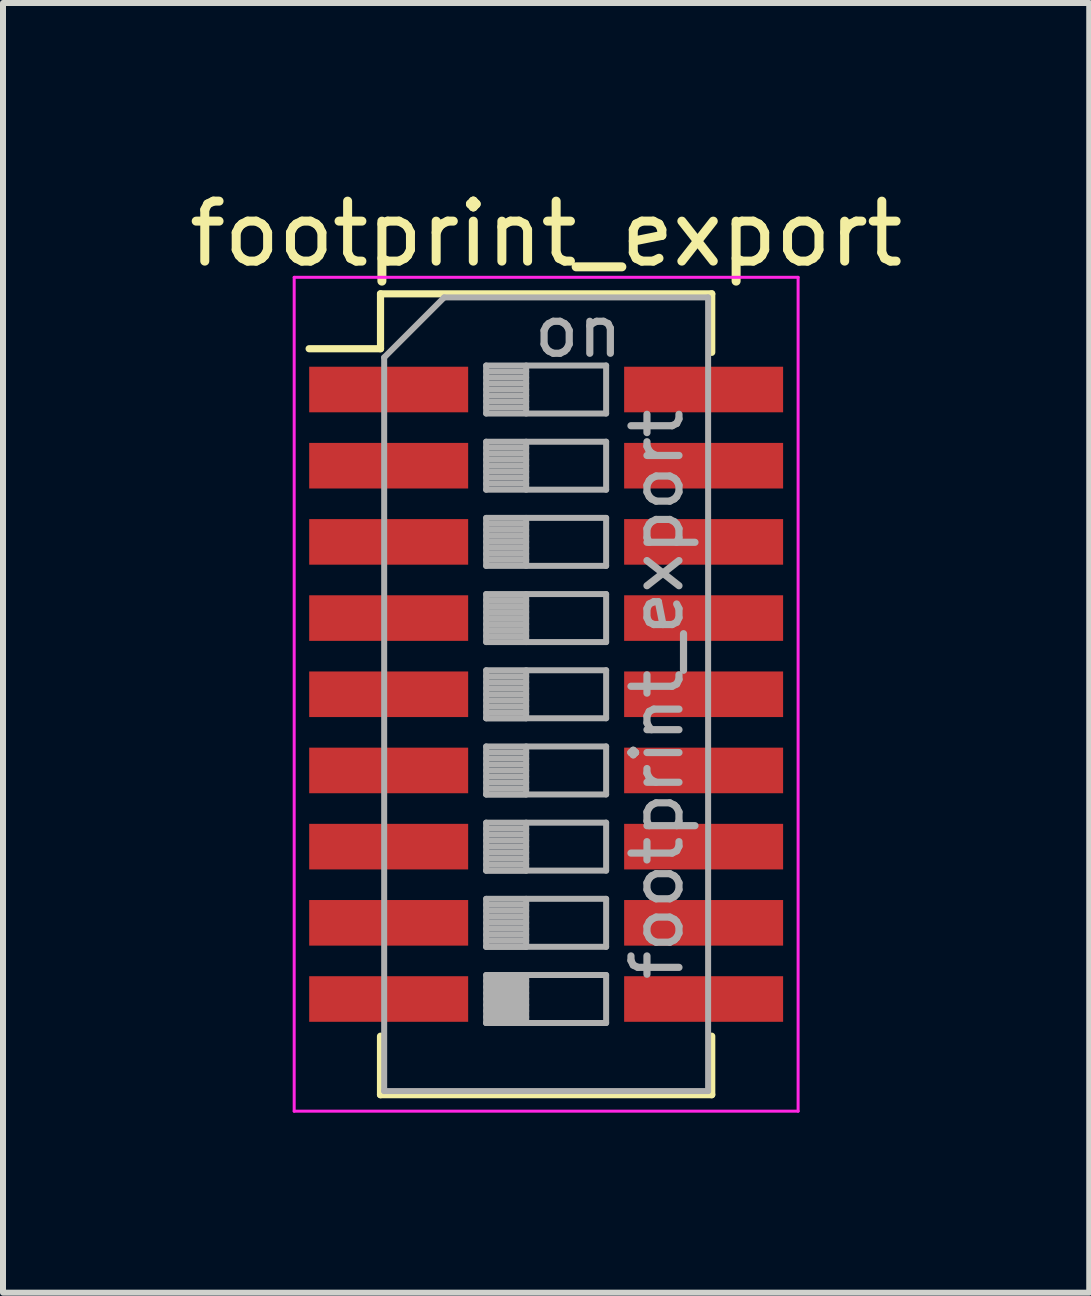
<source format=kicad_pcb>
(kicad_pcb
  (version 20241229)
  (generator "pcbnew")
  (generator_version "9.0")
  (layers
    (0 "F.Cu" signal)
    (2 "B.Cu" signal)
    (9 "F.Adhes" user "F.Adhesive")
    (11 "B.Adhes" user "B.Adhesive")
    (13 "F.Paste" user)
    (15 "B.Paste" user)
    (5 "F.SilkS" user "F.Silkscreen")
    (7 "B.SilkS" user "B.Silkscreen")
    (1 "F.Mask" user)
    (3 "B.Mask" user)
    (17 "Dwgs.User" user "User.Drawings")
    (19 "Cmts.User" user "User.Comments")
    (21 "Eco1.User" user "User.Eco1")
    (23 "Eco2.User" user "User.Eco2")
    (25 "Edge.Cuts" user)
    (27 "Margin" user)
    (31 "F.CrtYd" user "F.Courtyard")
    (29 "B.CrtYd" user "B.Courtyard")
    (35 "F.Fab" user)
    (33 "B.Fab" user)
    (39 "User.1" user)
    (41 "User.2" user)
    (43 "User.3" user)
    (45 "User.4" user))
  (footprint "footprint_export"
    (layer "F.Cu")
    (at 6.054 8.523)
    (property "Reference" "footprint_export" (at 0 -7.675 0) (layer "F.SilkS") (effects (font (size 1 1) (thickness 0.15))))
    (attr smd)
    (fp_line (start -3.951 -5.76) (end -2.761 -5.76) (stroke (width 0.12) (type solid)) (layer "F.SilkS"))
    (fp_line (start -2.761 -6.675) (end -2.761 -5.76) (stroke (width 0.12) (type solid)) (layer "F.SilkS"))
    (fp_line (start -2.761 -6.675) (end 2.76 -6.675) (stroke (width 0.12) (type solid)) (layer "F.SilkS"))
    (fp_line (start -2.761 5.7) (end -2.761 6.675) (stroke (width 0.12) (type solid)) (layer "F.SilkS"))
    (fp_line (start -2.761 6.675) (end 2.76 6.675) (stroke (width 0.12) (type solid)) (layer "F.SilkS"))
    (fp_line (start 2.76 -6.675) (end 2.76 -5.7) (stroke (width 0.12) (type solid)) (layer "F.SilkS"))
    (fp_line (start 2.76 5.7) (end 2.76 6.675) (stroke (width 0.12) (type solid)) (layer "F.SilkS"))
    (fp_line (start -4.2 -6.95) (end -4.2 6.95) (stroke (width 0.05) (type solid)) (layer "F.CrtYd"))
    (fp_line (start -4.2 6.95) (end 4.2 6.95) (stroke (width 0.05) (type solid)) (layer "F.CrtYd"))
    (fp_line (start 4.2 -6.95) (end -4.2 -6.95) (stroke (width 0.05) (type solid)) (layer "F.CrtYd"))
    (fp_line (start 4.2 6.95) (end 4.2 -6.95) (stroke (width 0.05) (type solid)) (layer "F.CrtYd"))
    (fp_line (start -2.7 -5.615) (end -1.7 -6.615) (stroke (width 0.1) (type solid)) (layer "F.Fab"))
    (fp_line (start -2.7 6.615) (end -2.7 -5.615) (stroke (width 0.1) (type solid)) (layer "F.Fab"))
    (fp_line (start -1.7 -6.615) (end 2.7 -6.615) (stroke (width 0.1) (type solid)) (layer "F.Fab"))
    (fp_line (start -1 -5.48) (end -1 -4.68) (stroke (width 0.1) (type solid)) (layer "F.Fab"))
    (fp_line (start -1 -5.38) (end -0.333 -5.38) (stroke (width 0.1) (type solid)) (layer "F.Fab"))
    (fp_line (start -1 -5.28) (end -0.333 -5.28) (stroke (width 0.1) (type solid)) (layer "F.Fab"))
    (fp_line (start -1 -5.18) (end -0.333 -5.18) (stroke (width 0.1) (type solid)) (layer "F.Fab"))
    (fp_line (start -1 -5.08) (end -0.333 -5.08) (stroke (width 0.1) (type solid)) (layer "F.Fab"))
    (fp_line (start -1 -4.98) (end -0.333 -4.98) (stroke (width 0.1) (type solid)) (layer "F.Fab"))
    (fp_line (start -1 -4.88) (end -0.333 -4.88) (stroke (width 0.1) (type solid)) (layer "F.Fab"))
    (fp_line (start -1 -4.78) (end -0.333 -4.78) (stroke (width 0.1) (type solid)) (layer "F.Fab"))
    (fp_line (start -1 -4.68) (end 1 -4.68) (stroke (width 0.1) (type solid)) (layer "F.Fab"))
    (fp_line (start -1 -4.21) (end -1 -3.41) (stroke (width 0.1) (type solid)) (layer "F.Fab"))
    (fp_line (start -1 -4.11) (end -0.333 -4.11) (stroke (width 0.1) (type solid)) (layer "F.Fab"))
    (fp_line (start -1 -4.01) (end -0.333 -4.01) (stroke (width 0.1) (type solid)) (layer "F.Fab"))
    (fp_line (start -1 -3.91) (end -0.333 -3.91) (stroke (width 0.1) (type solid)) (layer "F.Fab"))
    (fp_line (start -1 -3.81) (end -0.333 -3.81) (stroke (width 0.1) (type solid)) (layer "F.Fab"))
    (fp_line (start -1 -3.71) (end -0.333 -3.71) (stroke (width 0.1) (type solid)) (layer "F.Fab"))
    (fp_line (start -1 -3.61) (end -0.333 -3.61) (stroke (width 0.1) (type solid)) (layer "F.Fab"))
    (fp_line (start -1 -3.51) (end -0.333 -3.51) (stroke (width 0.1) (type solid)) (layer "F.Fab"))
    (fp_line (start -1 -3.41) (end 1 -3.41) (stroke (width 0.1) (type solid)) (layer "F.Fab"))
    (fp_line (start -1 -2.94) (end -1 -2.14) (stroke (width 0.1) (type solid)) (layer "F.Fab"))
    (fp_line (start -1 -2.84) (end -0.333 -2.84) (stroke (width 0.1) (type solid)) (layer "F.Fab"))
    (fp_line (start -1 -2.74) (end -0.333 -2.74) (stroke (width 0.1) (type solid)) (layer "F.Fab"))
    (fp_line (start -1 -2.64) (end -0.333 -2.64) (stroke (width 0.1) (type solid)) (layer "F.Fab"))
    (fp_line (start -1 -2.54) (end -0.333 -2.54) (stroke (width 0.1) (type solid)) (layer "F.Fab"))
    (fp_line (start -1 -2.44) (end -0.333 -2.44) (stroke (width 0.1) (type solid)) (layer "F.Fab"))
    (fp_line (start -1 -2.34) (end -0.333 -2.34) (stroke (width 0.1) (type solid)) (layer "F.Fab"))
    (fp_line (start -1 -2.24) (end -0.333 -2.24) (stroke (width 0.1) (type solid)) (layer "F.Fab"))
    (fp_line (start -1 -2.14) (end 1 -2.14) (stroke (width 0.1) (type solid)) (layer "F.Fab"))
    (fp_line (start -1 -1.67) (end -1 -0.87) (stroke (width 0.1) (type solid)) (layer "F.Fab"))
    (fp_line (start -1 -1.57) (end -0.333 -1.57) (stroke (width 0.1) (type solid)) (layer "F.Fab"))
    (fp_line (start -1 -1.47) (end -0.333 -1.47) (stroke (width 0.1) (type solid)) (layer "F.Fab"))
    (fp_line (start -1 -1.37) (end -0.333 -1.37) (stroke (width 0.1) (type solid)) (layer "F.Fab"))
    (fp_line (start -1 -1.27) (end -0.333 -1.27) (stroke (width 0.1) (type solid)) (layer "F.Fab"))
    (fp_line (start -1 -1.17) (end -0.333 -1.17) (stroke (width 0.1) (type solid)) (layer "F.Fab"))
    (fp_line (start -1 -1.07) (end -0.333 -1.07) (stroke (width 0.1) (type solid)) (layer "F.Fab"))
    (fp_line (start -1 -0.97) (end -0.333 -0.97) (stroke (width 0.1) (type solid)) (layer "F.Fab"))
    (fp_line (start -1 -0.87) (end 1 -0.87) (stroke (width 0.1) (type solid)) (layer "F.Fab"))
    (fp_line (start -1 -0.4) (end -1 0.4) (stroke (width 0.1) (type solid)) (layer "F.Fab"))
    (fp_line (start -1 -0.3) (end -0.333 -0.3) (stroke (width 0.1) (type solid)) (layer "F.Fab"))
    (fp_line (start -1 -0.2) (end -0.333 -0.2) (stroke (width 0.1) (type solid)) (layer "F.Fab"))
    (fp_line (start -1 -0.1) (end -0.333 -0.1) (stroke (width 0.1) (type solid)) (layer "F.Fab"))
    (fp_line (start -1 0) (end -0.333 0) (stroke (width 0.1) (type solid)) (layer "F.Fab"))
    (fp_line (start -1 0.1) (end -0.333 0.1) (stroke (width 0.1) (type solid)) (layer "F.Fab"))
    (fp_line (start -1 0.2) (end -0.333 0.2) (stroke (width 0.1) (type solid)) (layer "F.Fab"))
    (fp_line (start -1 0.3) (end -0.333 0.3) (stroke (width 0.1) (type solid)) (layer "F.Fab"))
    (fp_line (start -1 0.4) (end -0.333 0.4) (stroke (width 0.1) (type solid)) (layer "F.Fab"))
    (fp_line (start -1 0.4) (end 1 0.4) (stroke (width 0.1) (type solid)) (layer "F.Fab"))
    (fp_line (start -1 0.87) (end -1 1.67) (stroke (width 0.1) (type solid)) (layer "F.Fab"))
    (fp_line (start -1 0.97) (end -0.333 0.97) (stroke (width 0.1) (type solid)) (layer "F.Fab"))
    (fp_line (start -1 1.07) (end -0.333 1.07) (stroke (width 0.1) (type solid)) (layer "F.Fab"))
    (fp_line (start -1 1.17) (end -0.333 1.17) (stroke (width 0.1) (type solid)) (layer "F.Fab"))
    (fp_line (start -1 1.27) (end -0.333 1.27) (stroke (width 0.1) (type solid)) (layer "F.Fab"))
    (fp_line (start -1 1.37) (end -0.333 1.37) (stroke (width 0.1) (type solid)) (layer "F.Fab"))
    (fp_line (start -1 1.47) (end -0.333 1.47) (stroke (width 0.1) (type solid)) (layer "F.Fab"))
    (fp_line (start -1 1.57) (end -0.333 1.57) (stroke (width 0.1) (type solid)) (layer "F.Fab"))
    (fp_line (start -1 1.67) (end -0.333 1.67) (stroke (width 0.1) (type solid)) (layer "F.Fab"))
    (fp_line (start -1 1.67) (end 1 1.67) (stroke (width 0.1) (type solid)) (layer "F.Fab"))
    (fp_line (start -1 2.14) (end -1 2.94) (stroke (width 0.1) (type solid)) (layer "F.Fab"))
    (fp_line (start -1 2.24) (end -0.333 2.24) (stroke (width 0.1) (type solid)) (layer "F.Fab"))
    (fp_line (start -1 2.34) (end -0.333 2.34) (stroke (width 0.1) (type solid)) (layer "F.Fab"))
    (fp_line (start -1 2.44) (end -0.333 2.44) (stroke (width 0.1) (type solid)) (layer "F.Fab"))
    (fp_line (start -1 2.54) (end -0.333 2.54) (stroke (width 0.1) (type solid)) (layer "F.Fab"))
    (fp_line (start -1 2.64) (end -0.333 2.64) (stroke (width 0.1) (type solid)) (layer "F.Fab"))
    (fp_line (start -1 2.74) (end -0.333 2.74) (stroke (width 0.1) (type solid)) (layer "F.Fab"))
    (fp_line (start -1 2.84) (end -0.333 2.84) (stroke (width 0.1) (type solid)) (layer "F.Fab"))
    (fp_line (start -1 2.94) (end -0.333 2.94) (stroke (width 0.1) (type solid)) (layer "F.Fab"))
    (fp_line (start -1 2.94) (end 1 2.94) (stroke (width 0.1) (type solid)) (layer "F.Fab"))
    (fp_line (start -1 3.41) (end -1 4.21) (stroke (width 0.1) (type solid)) (layer "F.Fab"))
    (fp_line (start -1 3.51) (end -0.333 3.51) (stroke (width 0.1) (type solid)) (layer "F.Fab"))
    (fp_line (start -1 3.61) (end -0.333 3.61) (stroke (width 0.1) (type solid)) (layer "F.Fab"))
    (fp_line (start -1 3.71) (end -0.333 3.71) (stroke (width 0.1) (type solid)) (layer "F.Fab"))
    (fp_line (start -1 3.81) (end -0.333 3.81) (stroke (width 0.1) (type solid)) (layer "F.Fab"))
    (fp_line (start -1 3.91) (end -0.333 3.91) (stroke (width 0.1) (type solid)) (layer "F.Fab"))
    (fp_line (start -1 4.01) (end -0.333 4.01) (stroke (width 0.1) (type solid)) (layer "F.Fab"))
    (fp_line (start -1 4.11) (end -0.333 4.11) (stroke (width 0.1) (type solid)) (layer "F.Fab"))
    (fp_line (start -1 4.21) (end -0.333 4.21) (stroke (width 0.1) (type solid)) (layer "F.Fab"))
    (fp_line (start -1 4.21) (end 1 4.21) (stroke (width 0.1) (type solid)) (layer "F.Fab"))
    (fp_line (start -1 4.68) (end -1 5.48) (stroke (width 0.1) (type solid)) (layer "F.Fab"))
    (fp_line (start -1 4.78) (end -0.333 4.78) (stroke (width 0.1) (type solid)) (layer "F.Fab"))
    (fp_line (start -1 4.88) (end -0.333 4.88) (stroke (width 0.1) (type solid)) (layer "F.Fab"))
    (fp_line (start -1 4.98) (end -0.333 4.98) (stroke (width 0.1) (type solid)) (layer "F.Fab"))
    (fp_line (start -1 5.08) (end -0.333 5.08) (stroke (width 0.1) (type solid)) (layer "F.Fab"))
    (fp_line (start -1 5.18) (end -0.333 5.18) (stroke (width 0.1) (type solid)) (layer "F.Fab"))
    (fp_line (start -1 5.28) (end -0.333 5.28) (stroke (width 0.1) (type solid)) (layer "F.Fab"))
    (fp_line (start -1 5.38) (end -0.333 5.38) (stroke (width 0.1) (type solid)) (layer "F.Fab"))
    (fp_line (start -1 5.48) (end -0.333 5.48) (stroke (width 0.1) (type solid)) (layer "F.Fab"))
    (fp_line (start -1 5.48) (end 1 5.48) (stroke (width 0.1) (type solid)) (layer "F.Fab"))
    (fp_line (start -0.333 -5.48) (end -0.333 -4.68) (stroke (width 0.1) (type solid)) (layer "F.Fab"))
    (fp_line (start -0.333 -4.21) (end -0.333 -3.41) (stroke (width 0.1) (type solid)) (layer "F.Fab"))
    (fp_line (start -0.333 -2.94) (end -0.333 -2.14) (stroke (width 0.1) (type solid)) (layer "F.Fab"))
    (fp_line (start -0.333 -1.67) (end -0.333 -0.87) (stroke (width 0.1) (type solid)) (layer "F.Fab"))
    (fp_line (start -0.333 -0.4) (end -0.333 0.4) (stroke (width 0.1) (type solid)) (layer "F.Fab"))
    (fp_line (start -0.333 0.87) (end -0.333 1.67) (stroke (width 0.1) (type solid)) (layer "F.Fab"))
    (fp_line (start -0.333 2.14) (end -0.333 2.94) (stroke (width 0.1) (type solid)) (layer "F.Fab"))
    (fp_line (start -0.333 3.41) (end -0.333 4.21) (stroke (width 0.1) (type solid)) (layer "F.Fab"))
    (fp_line (start -0.333 4.68) (end -0.333 5.48) (stroke (width 0.1) (type solid)) (layer "F.Fab"))
    (fp_line (start 1 -5.48) (end -1 -5.48) (stroke (width 0.1) (type solid)) (layer "F.Fab"))
    (fp_line (start 1 -4.68) (end 1 -5.48) (stroke (width 0.1) (type solid)) (layer "F.Fab"))
    (fp_line (start 1 -4.21) (end -1 -4.21) (stroke (width 0.1) (type solid)) (layer "F.Fab"))
    (fp_line (start 1 -3.41) (end 1 -4.21) (stroke (width 0.1) (type solid)) (layer "F.Fab"))
    (fp_line (start 1 -2.94) (end -1 -2.94) (stroke (width 0.1) (type solid)) (layer "F.Fab"))
    (fp_line (start 1 -2.14) (end 1 -2.94) (stroke (width 0.1) (type solid)) (layer "F.Fab"))
    (fp_line (start 1 -1.67) (end -1 -1.67) (stroke (width 0.1) (type solid)) (layer "F.Fab"))
    (fp_line (start 1 -0.87) (end 1 -1.67) (stroke (width 0.1) (type solid)) (layer "F.Fab"))
    (fp_line (start 1 -0.4) (end -1 -0.4) (stroke (width 0.1) (type solid)) (layer "F.Fab"))
    (fp_line (start 1 0.4) (end 1 -0.4) (stroke (width 0.1) (type solid)) (layer "F.Fab"))
    (fp_line (start 1 0.87) (end -1 0.87) (stroke (width 0.1) (type solid)) (layer "F.Fab"))
    (fp_line (start 1 1.67) (end 1 0.87) (stroke (width 0.1) (type solid)) (layer "F.Fab"))
    (fp_line (start 1 2.14) (end -1 2.14) (stroke (width 0.1) (type solid)) (layer "F.Fab"))
    (fp_line (start 1 2.94) (end 1 2.14) (stroke (width 0.1) (type solid)) (layer "F.Fab"))
    (fp_line (start 1 3.41) (end -1 3.41) (stroke (width 0.1) (type solid)) (layer "F.Fab"))
    (fp_line (start 1 4.21) (end 1 3.41) (stroke (width 0.1) (type solid)) (layer "F.Fab"))
    (fp_line (start 1 4.68) (end -1 4.68) (stroke (width 0.1) (type solid)) (layer "F.Fab"))
    (fp_line (start 1 5.48) (end 1 4.68) (stroke (width 0.1) (type solid)) (layer "F.Fab"))
    (fp_line (start 2.7 -6.615) (end 2.7 6.615) (stroke (width 0.1) (type solid)) (layer "F.Fab"))
    (fp_line (start 2.7 6.615) (end -2.7 6.615) (stroke (width 0.1) (type solid)) (layer "F.Fab"))
    (fp_text user "on" (at 0.537 -6.048 0) (layer "F.Fab") (effects (font (size 0.8 0.8) (thickness 0.12))))
    (fp_text user "${REFERENCE}" (at 1.85 0 90) (layer "F.Fab") (effects (font (size 0.8 0.8) (thickness 0.12))))
    (pad "1" smd rect (at -2.625 -5.08) (size 2.65 0.76) (layers "F.Cu" "F.Mask" "F.Paste"))
    (pad "2" smd rect (at -2.625 -3.81) (size 2.65 0.76) (layers "F.Cu" "F.Mask" "F.Paste"))
    (pad "3" smd rect (at -2.625 -2.54) (size 2.65 0.76) (layers "F.Cu" "F.Mask" "F.Paste"))
    (pad "4" smd rect (at -2.625 -1.27) (size 2.65 0.76) (layers "F.Cu" "F.Mask" "F.Paste"))
    (pad "5" smd rect (at -2.625 0) (size 2.65 0.76) (layers "F.Cu" "F.Mask" "F.Paste"))
    (pad "6" smd rect (at -2.625 1.27) (size 2.65 0.76) (layers "F.Cu" "F.Mask" "F.Paste"))
    (pad "7" smd rect (at -2.625 2.54) (size 2.65 0.76) (layers "F.Cu" "F.Mask" "F.Paste"))
    (pad "8" smd rect (at -2.625 3.81) (size 2.65 0.76) (layers "F.Cu" "F.Mask" "F.Paste"))
    (pad "9" smd rect (at -2.625 5.08) (size 2.65 0.76) (layers "F.Cu" "F.Mask" "F.Paste"))
    (pad "10" smd rect (at 2.625 5.08) (size 2.65 0.76) (layers "F.Cu" "F.Mask" "F.Paste"))
    (pad "11" smd rect (at 2.625 3.81) (size 2.65 0.76) (layers "F.Cu" "F.Mask" "F.Paste"))
    (pad "12" smd rect (at 2.625 2.54) (size 2.65 0.76) (layers "F.Cu" "F.Mask" "F.Paste"))
    (pad "13" smd rect (at 2.625 1.27) (size 2.65 0.76) (layers "F.Cu" "F.Mask" "F.Paste"))
    (pad "14" smd rect (at 2.625 0) (size 2.65 0.76) (layers "F.Cu" "F.Mask" "F.Paste"))
    (pad "15" smd rect (at 2.625 -1.27) (size 2.65 0.76) (layers "F.Cu" "F.Mask" "F.Paste"))
    (pad "16" smd rect (at 2.625 -2.54) (size 2.65 0.76) (layers "F.Cu" "F.Mask" "F.Paste"))
    (pad "17" smd rect (at 2.625 -3.81) (size 2.65 0.76) (layers "F.Cu" "F.Mask" "F.Paste"))
    (pad "18" smd rect (at 2.625 -5.08) (size 2.65 0.76) (layers "F.Cu" "F.Mask" "F.Paste")))
  (gr_rect
    (start -3 -3)
    (end 15.107 18.498)
    (stroke (width 0.1) (type default))
    (fill no)
    (layer "Edge.Cuts")))
</source>
